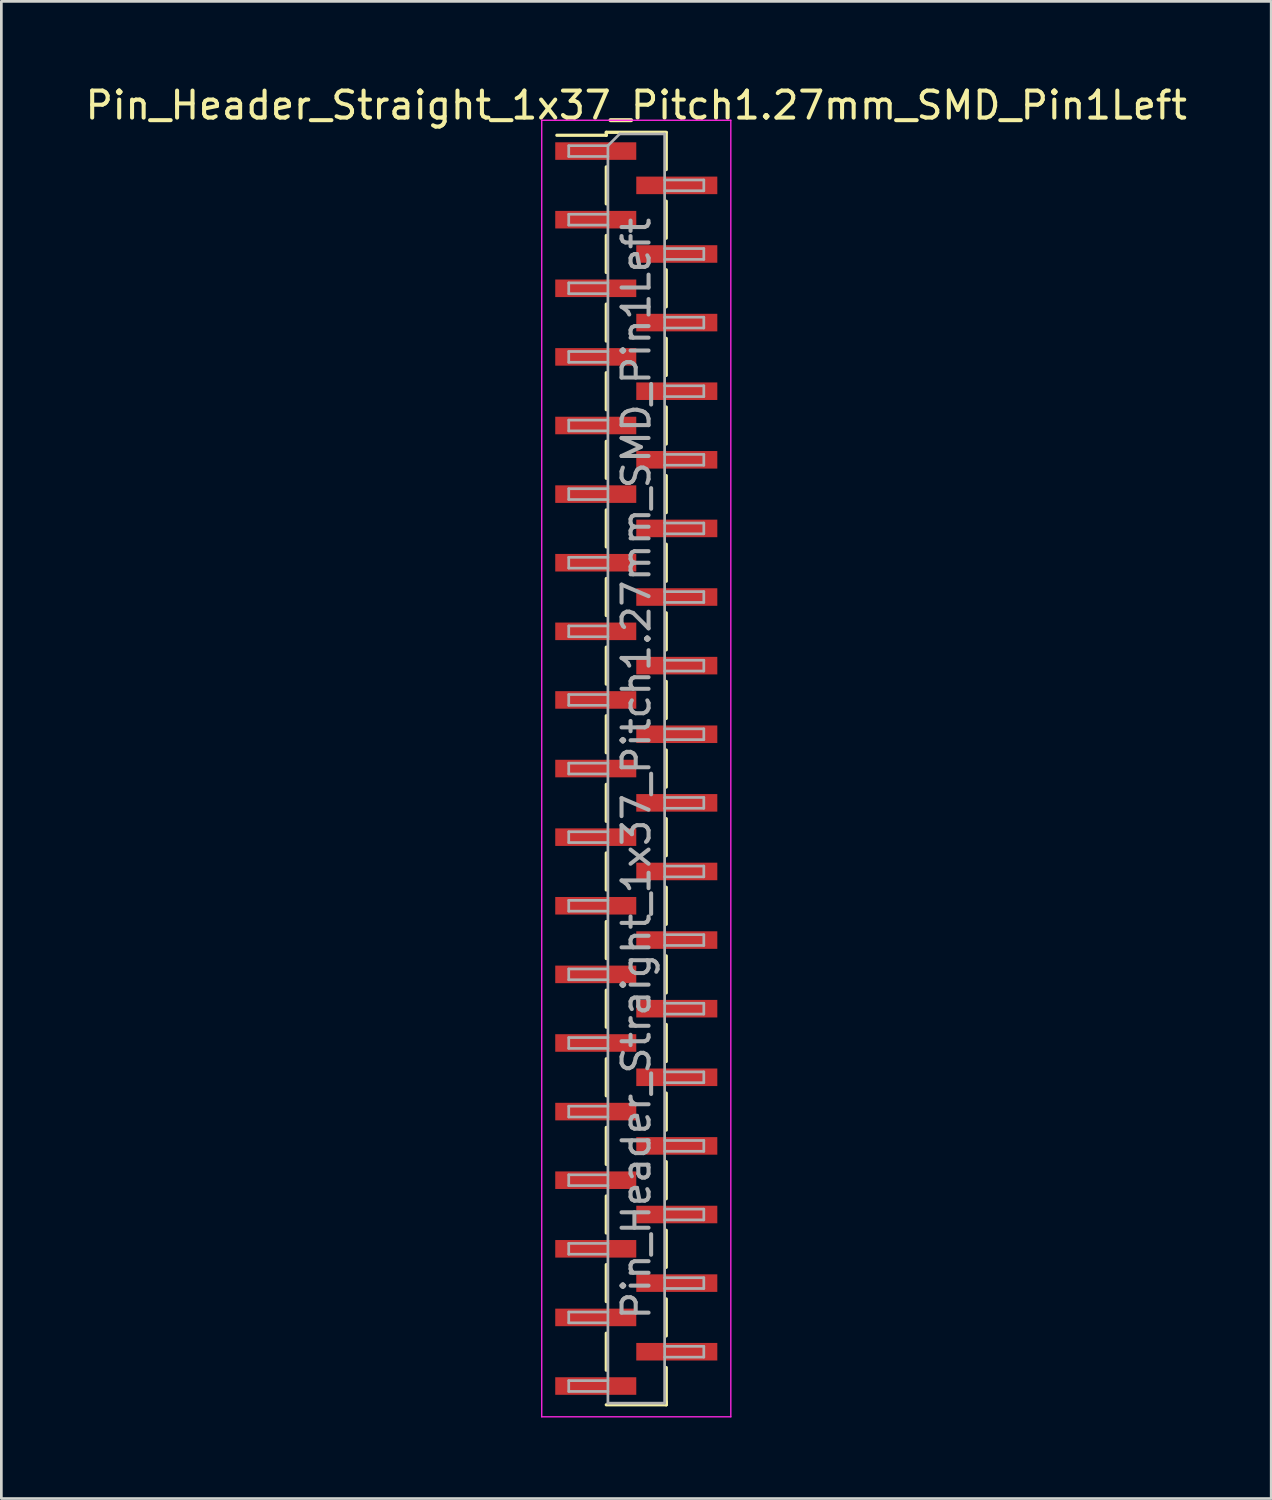
<source format=kicad_pcb>
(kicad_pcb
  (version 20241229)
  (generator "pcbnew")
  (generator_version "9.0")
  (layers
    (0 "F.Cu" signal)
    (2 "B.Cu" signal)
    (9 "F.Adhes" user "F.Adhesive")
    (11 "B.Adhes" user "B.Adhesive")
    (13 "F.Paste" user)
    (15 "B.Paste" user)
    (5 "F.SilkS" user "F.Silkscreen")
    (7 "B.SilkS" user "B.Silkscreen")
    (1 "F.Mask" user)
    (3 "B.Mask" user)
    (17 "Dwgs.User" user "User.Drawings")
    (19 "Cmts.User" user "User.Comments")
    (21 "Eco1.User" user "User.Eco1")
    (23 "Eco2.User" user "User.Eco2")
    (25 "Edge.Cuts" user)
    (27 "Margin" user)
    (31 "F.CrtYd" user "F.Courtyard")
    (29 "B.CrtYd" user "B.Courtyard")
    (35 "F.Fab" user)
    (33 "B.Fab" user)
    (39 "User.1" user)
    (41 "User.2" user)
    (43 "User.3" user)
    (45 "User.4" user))
  (footprint "Pin_Header_Straight_1x37_Pitch1.27mm_SMD_Pin1Left"
    (layer "F.Cu")
    (at 20.506 25.403)
    (property "Reference" "Pin_Header_Straight_1x37_Pitch1.27mm_SMD_Pin1Left" (at 0 -24.555 0) (layer "F.SilkS") (effects (font (size 1 1) (thickness 0.15))))
    (attr smd)
    (fp_line (start -1.11 -23.555) (end -1.11 -23.445) (stroke (width 0.12) (type solid)) (layer "F.SilkS"))
    (fp_line (start -1.11 -23.555) (end 1.11 -23.555) (stroke (width 0.12) (type solid)) (layer "F.SilkS"))
    (fp_line (start -1.11 -23.445) (end -2.94 -23.445) (stroke (width 0.12) (type solid)) (layer "F.SilkS"))
    (fp_line (start -1.11 -22.275) (end -1.11 -20.905) (stroke (width 0.12) (type solid)) (layer "F.SilkS"))
    (fp_line (start -1.11 -19.735) (end -1.11 -18.365) (stroke (width 0.12) (type solid)) (layer "F.SilkS"))
    (fp_line (start -1.11 -17.195) (end -1.11 -15.825) (stroke (width 0.12) (type solid)) (layer "F.SilkS"))
    (fp_line (start -1.11 -14.655) (end -1.11 -13.285) (stroke (width 0.12) (type solid)) (layer "F.SilkS"))
    (fp_line (start -1.11 -12.115) (end -1.11 -10.745) (stroke (width 0.12) (type solid)) (layer "F.SilkS"))
    (fp_line (start -1.11 -9.575) (end -1.11 -8.205) (stroke (width 0.12) (type solid)) (layer "F.SilkS"))
    (fp_line (start -1.11 -7.035) (end -1.11 -5.665) (stroke (width 0.12) (type solid)) (layer "F.SilkS"))
    (fp_line (start -1.11 -4.495) (end -1.11 -3.125) (stroke (width 0.12) (type solid)) (layer "F.SilkS"))
    (fp_line (start -1.11 -1.955) (end -1.11 -0.585) (stroke (width 0.12) (type solid)) (layer "F.SilkS"))
    (fp_line (start -1.11 0.585) (end -1.11 1.955) (stroke (width 0.12) (type solid)) (layer "F.SilkS"))
    (fp_line (start -1.11 3.125) (end -1.11 4.495) (stroke (width 0.12) (type solid)) (layer "F.SilkS"))
    (fp_line (start -1.11 5.665) (end -1.11 7.035) (stroke (width 0.12) (type solid)) (layer "F.SilkS"))
    (fp_line (start -1.11 8.205) (end -1.11 9.575) (stroke (width 0.12) (type solid)) (layer "F.SilkS"))
    (fp_line (start -1.11 10.745) (end -1.11 12.115) (stroke (width 0.12) (type solid)) (layer "F.SilkS"))
    (fp_line (start -1.11 13.285) (end -1.11 14.655) (stroke (width 0.12) (type solid)) (layer "F.SilkS"))
    (fp_line (start -1.11 15.825) (end -1.11 17.195) (stroke (width 0.12) (type solid)) (layer "F.SilkS"))
    (fp_line (start -1.11 18.365) (end -1.11 19.735) (stroke (width 0.12) (type solid)) (layer "F.SilkS"))
    (fp_line (start -1.11 20.905) (end -1.11 22.275) (stroke (width 0.12) (type solid)) (layer "F.SilkS"))
    (fp_line (start -1.11 23.555) (end 1.11 23.555) (stroke (width 0.12) (type solid)) (layer "F.SilkS"))
    (fp_line (start 1.11 -23.545) (end 1.11 -22.175) (stroke (width 0.12) (type solid)) (layer "F.SilkS"))
    (fp_line (start 1.11 -21.005) (end 1.11 -19.635) (stroke (width 0.12) (type solid)) (layer "F.SilkS"))
    (fp_line (start 1.11 -18.465) (end 1.11 -17.095) (stroke (width 0.12) (type solid)) (layer "F.SilkS"))
    (fp_line (start 1.11 -15.925) (end 1.11 -14.555) (stroke (width 0.12) (type solid)) (layer "F.SilkS"))
    (fp_line (start 1.11 -13.385) (end 1.11 -12.015) (stroke (width 0.12) (type solid)) (layer "F.SilkS"))
    (fp_line (start 1.11 -10.845) (end 1.11 -9.475) (stroke (width 0.12) (type solid)) (layer "F.SilkS"))
    (fp_line (start 1.11 -8.305) (end 1.11 -6.935) (stroke (width 0.12) (type solid)) (layer "F.SilkS"))
    (fp_line (start 1.11 -5.765) (end 1.11 -4.395) (stroke (width 0.12) (type solid)) (layer "F.SilkS"))
    (fp_line (start 1.11 -3.225) (end 1.11 -1.855) (stroke (width 0.12) (type solid)) (layer "F.SilkS"))
    (fp_line (start 1.11 -0.685) (end 1.11 0.685) (stroke (width 0.12) (type solid)) (layer "F.SilkS"))
    (fp_line (start 1.11 1.855) (end 1.11 3.225) (stroke (width 0.12) (type solid)) (layer "F.SilkS"))
    (fp_line (start 1.11 4.395) (end 1.11 5.765) (stroke (width 0.12) (type solid)) (layer "F.SilkS"))
    (fp_line (start 1.11 6.935) (end 1.11 8.305) (stroke (width 0.12) (type solid)) (layer "F.SilkS"))
    (fp_line (start 1.11 9.475) (end 1.11 10.845) (stroke (width 0.12) (type solid)) (layer "F.SilkS"))
    (fp_line (start 1.11 12.015) (end 1.11 13.385) (stroke (width 0.12) (type solid)) (layer "F.SilkS"))
    (fp_line (start 1.11 14.555) (end 1.11 15.925) (stroke (width 0.12) (type solid)) (layer "F.SilkS"))
    (fp_line (start 1.11 17.095) (end 1.11 18.465) (stroke (width 0.12) (type solid)) (layer "F.SilkS"))
    (fp_line (start 1.11 19.635) (end 1.11 21.005) (stroke (width 0.12) (type solid)) (layer "F.SilkS"))
    (fp_line (start 1.11 22.175) (end 1.11 23.545) (stroke (width 0.12) (type solid)) (layer "F.SilkS"))
    (fp_line (start 1.11 23.445) (end 1.11 23.555) (stroke (width 0.12) (type solid)) (layer "F.SilkS"))
    (fp_line (start -3.5 -24) (end -3.5 24) (stroke (width 0.05) (type solid)) (layer "F.CrtYd"))
    (fp_line (start -3.5 24) (end 3.5 24) (stroke (width 0.05) (type solid)) (layer "F.CrtYd"))
    (fp_line (start 3.5 -24) (end -3.5 -24) (stroke (width 0.05) (type solid)) (layer "F.CrtYd"))
    (fp_line (start 3.5 24) (end 3.5 -24) (stroke (width 0.05) (type solid)) (layer "F.CrtYd"))
    (fp_line (start -2.5 -23.06) (end -2.5 -22.66) (stroke (width 0.1) (type solid)) (layer "F.Fab"))
    (fp_line (start -2.5 -22.66) (end -1.05 -22.66) (stroke (width 0.1) (type solid)) (layer "F.Fab"))
    (fp_line (start -2.5 -20.52) (end -2.5 -20.12) (stroke (width 0.1) (type solid)) (layer "F.Fab"))
    (fp_line (start -2.5 -20.12) (end -1.05 -20.12) (stroke (width 0.1) (type solid)) (layer "F.Fab"))
    (fp_line (start -2.5 -17.98) (end -2.5 -17.58) (stroke (width 0.1) (type solid)) (layer "F.Fab"))
    (fp_line (start -2.5 -17.58) (end -1.05 -17.58) (stroke (width 0.1) (type solid)) (layer "F.Fab"))
    (fp_line (start -2.5 -15.44) (end -2.5 -15.04) (stroke (width 0.1) (type solid)) (layer "F.Fab"))
    (fp_line (start -2.5 -15.04) (end -1.05 -15.04) (stroke (width 0.1) (type solid)) (layer "F.Fab"))
    (fp_line (start -2.5 -12.9) (end -2.5 -12.5) (stroke (width 0.1) (type solid)) (layer "F.Fab"))
    (fp_line (start -2.5 -12.5) (end -1.05 -12.5) (stroke (width 0.1) (type solid)) (layer "F.Fab"))
    (fp_line (start -2.5 -10.36) (end -2.5 -9.96) (stroke (width 0.1) (type solid)) (layer "F.Fab"))
    (fp_line (start -2.5 -9.96) (end -1.05 -9.96) (stroke (width 0.1) (type solid)) (layer "F.Fab"))
    (fp_line (start -2.5 -7.82) (end -2.5 -7.42) (stroke (width 0.1) (type solid)) (layer "F.Fab"))
    (fp_line (start -2.5 -7.42) (end -1.05 -7.42) (stroke (width 0.1) (type solid)) (layer "F.Fab"))
    (fp_line (start -2.5 -5.28) (end -2.5 -4.88) (stroke (width 0.1) (type solid)) (layer "F.Fab"))
    (fp_line (start -2.5 -4.88) (end -1.05 -4.88) (stroke (width 0.1) (type solid)) (layer "F.Fab"))
    (fp_line (start -2.5 -2.74) (end -2.5 -2.34) (stroke (width 0.1) (type solid)) (layer "F.Fab"))
    (fp_line (start -2.5 -2.34) (end -1.05 -2.34) (stroke (width 0.1) (type solid)) (layer "F.Fab"))
    (fp_line (start -2.5 -0.2) (end -2.5 0.2) (stroke (width 0.1) (type solid)) (layer "F.Fab"))
    (fp_line (start -2.5 0.2) (end -1.05 0.2) (stroke (width 0.1) (type solid)) (layer "F.Fab"))
    (fp_line (start -2.5 2.34) (end -2.5 2.74) (stroke (width 0.1) (type solid)) (layer "F.Fab"))
    (fp_line (start -2.5 2.74) (end -1.05 2.74) (stroke (width 0.1) (type solid)) (layer "F.Fab"))
    (fp_line (start -2.5 4.88) (end -2.5 5.28) (stroke (width 0.1) (type solid)) (layer "F.Fab"))
    (fp_line (start -2.5 5.28) (end -1.05 5.28) (stroke (width 0.1) (type solid)) (layer "F.Fab"))
    (fp_line (start -2.5 7.42) (end -2.5 7.82) (stroke (width 0.1) (type solid)) (layer "F.Fab"))
    (fp_line (start -2.5 7.82) (end -1.05 7.82) (stroke (width 0.1) (type solid)) (layer "F.Fab"))
    (fp_line (start -2.5 9.96) (end -2.5 10.36) (stroke (width 0.1) (type solid)) (layer "F.Fab"))
    (fp_line (start -2.5 10.36) (end -1.05 10.36) (stroke (width 0.1) (type solid)) (layer "F.Fab"))
    (fp_line (start -2.5 12.5) (end -2.5 12.9) (stroke (width 0.1) (type solid)) (layer "F.Fab"))
    (fp_line (start -2.5 12.9) (end -1.05 12.9) (stroke (width 0.1) (type solid)) (layer "F.Fab"))
    (fp_line (start -2.5 15.04) (end -2.5 15.44) (stroke (width 0.1) (type solid)) (layer "F.Fab"))
    (fp_line (start -2.5 15.44) (end -1.05 15.44) (stroke (width 0.1) (type solid)) (layer "F.Fab"))
    (fp_line (start -2.5 17.58) (end -2.5 17.98) (stroke (width 0.1) (type solid)) (layer "F.Fab"))
    (fp_line (start -2.5 17.98) (end -1.05 17.98) (stroke (width 0.1) (type solid)) (layer "F.Fab"))
    (fp_line (start -2.5 20.12) (end -2.5 20.52) (stroke (width 0.1) (type solid)) (layer "F.Fab"))
    (fp_line (start -2.5 20.52) (end -1.05 20.52) (stroke (width 0.1) (type solid)) (layer "F.Fab"))
    (fp_line (start -2.5 22.66) (end -2.5 23.06) (stroke (width 0.1) (type solid)) (layer "F.Fab"))
    (fp_line (start -2.5 23.06) (end -1.05 23.06) (stroke (width 0.1) (type solid)) (layer "F.Fab"))
    (fp_line (start -1.05 -23.06) (end -2.5 -23.06) (stroke (width 0.1) (type solid)) (layer "F.Fab"))
    (fp_line (start -1.05 -23.06) (end -0.615 -23.495) (stroke (width 0.1) (type solid)) (layer "F.Fab"))
    (fp_line (start -1.05 -20.52) (end -2.5 -20.52) (stroke (width 0.1) (type solid)) (layer "F.Fab"))
    (fp_line (start -1.05 -17.98) (end -2.5 -17.98) (stroke (width 0.1) (type solid)) (layer "F.Fab"))
    (fp_line (start -1.05 -15.44) (end -2.5 -15.44) (stroke (width 0.1) (type solid)) (layer "F.Fab"))
    (fp_line (start -1.05 -12.9) (end -2.5 -12.9) (stroke (width 0.1) (type solid)) (layer "F.Fab"))
    (fp_line (start -1.05 -10.36) (end -2.5 -10.36) (stroke (width 0.1) (type solid)) (layer "F.Fab"))
    (fp_line (start -1.05 -7.82) (end -2.5 -7.82) (stroke (width 0.1) (type solid)) (layer "F.Fab"))
    (fp_line (start -1.05 -5.28) (end -2.5 -5.28) (stroke (width 0.1) (type solid)) (layer "F.Fab"))
    (fp_line (start -1.05 -2.74) (end -2.5 -2.74) (stroke (width 0.1) (type solid)) (layer "F.Fab"))
    (fp_line (start -1.05 -0.2) (end -2.5 -0.2) (stroke (width 0.1) (type solid)) (layer "F.Fab"))
    (fp_line (start -1.05 2.34) (end -2.5 2.34) (stroke (width 0.1) (type solid)) (layer "F.Fab"))
    (fp_line (start -1.05 4.88) (end -2.5 4.88) (stroke (width 0.1) (type solid)) (layer "F.Fab"))
    (fp_line (start -1.05 7.42) (end -2.5 7.42) (stroke (width 0.1) (type solid)) (layer "F.Fab"))
    (fp_line (start -1.05 9.96) (end -2.5 9.96) (stroke (width 0.1) (type solid)) (layer "F.Fab"))
    (fp_line (start -1.05 12.5) (end -2.5 12.5) (stroke (width 0.1) (type solid)) (layer "F.Fab"))
    (fp_line (start -1.05 15.04) (end -2.5 15.04) (stroke (width 0.1) (type solid)) (layer "F.Fab"))
    (fp_line (start -1.05 17.58) (end -2.5 17.58) (stroke (width 0.1) (type solid)) (layer "F.Fab"))
    (fp_line (start -1.05 20.12) (end -2.5 20.12) (stroke (width 0.1) (type solid)) (layer "F.Fab"))
    (fp_line (start -1.05 22.66) (end -2.5 22.66) (stroke (width 0.1) (type solid)) (layer "F.Fab"))
    (fp_line (start -1.05 23.495) (end -1.05 -23.06) (stroke (width 0.1) (type solid)) (layer "F.Fab"))
    (fp_line (start -0.615 -23.495) (end 1.05 -23.495) (stroke (width 0.1) (type solid)) (layer "F.Fab"))
    (fp_line (start 1.05 -23.495) (end 1.05 23.495) (stroke (width 0.1) (type solid)) (layer "F.Fab"))
    (fp_line (start 1.05 -21.79) (end 2.5 -21.79) (stroke (width 0.1) (type solid)) (layer "F.Fab"))
    (fp_line (start 1.05 -19.25) (end 2.5 -19.25) (stroke (width 0.1) (type solid)) (layer "F.Fab"))
    (fp_line (start 1.05 -16.71) (end 2.5 -16.71) (stroke (width 0.1) (type solid)) (layer "F.Fab"))
    (fp_line (start 1.05 -14.17) (end 2.5 -14.17) (stroke (width 0.1) (type solid)) (layer "F.Fab"))
    (fp_line (start 1.05 -11.63) (end 2.5 -11.63) (stroke (width 0.1) (type solid)) (layer "F.Fab"))
    (fp_line (start 1.05 -9.09) (end 2.5 -9.09) (stroke (width 0.1) (type solid)) (layer "F.Fab"))
    (fp_line (start 1.05 -6.55) (end 2.5 -6.55) (stroke (width 0.1) (type solid)) (layer "F.Fab"))
    (fp_line (start 1.05 -4.01) (end 2.5 -4.01) (stroke (width 0.1) (type solid)) (layer "F.Fab"))
    (fp_line (start 1.05 -1.47) (end 2.5 -1.47) (stroke (width 0.1) (type solid)) (layer "F.Fab"))
    (fp_line (start 1.05 1.07) (end 2.5 1.07) (stroke (width 0.1) (type solid)) (layer "F.Fab"))
    (fp_line (start 1.05 3.61) (end 2.5 3.61) (stroke (width 0.1) (type solid)) (layer "F.Fab"))
    (fp_line (start 1.05 6.15) (end 2.5 6.15) (stroke (width 0.1) (type solid)) (layer "F.Fab"))
    (fp_line (start 1.05 8.69) (end 2.5 8.69) (stroke (width 0.1) (type solid)) (layer "F.Fab"))
    (fp_line (start 1.05 11.23) (end 2.5 11.23) (stroke (width 0.1) (type solid)) (layer "F.Fab"))
    (fp_line (start 1.05 13.77) (end 2.5 13.77) (stroke (width 0.1) (type solid)) (layer "F.Fab"))
    (fp_line (start 1.05 16.31) (end 2.5 16.31) (stroke (width 0.1) (type solid)) (layer "F.Fab"))
    (fp_line (start 1.05 18.85) (end 2.5 18.85) (stroke (width 0.1) (type solid)) (layer "F.Fab"))
    (fp_line (start 1.05 21.39) (end 2.5 21.39) (stroke (width 0.1) (type solid)) (layer "F.Fab"))
    (fp_line (start 1.05 23.495) (end -1.05 23.495) (stroke (width 0.1) (type solid)) (layer "F.Fab"))
    (fp_line (start 2.5 -21.79) (end 2.5 -21.39) (stroke (width 0.1) (type solid)) (layer "F.Fab"))
    (fp_line (start 2.5 -21.39) (end 1.05 -21.39) (stroke (width 0.1) (type solid)) (layer "F.Fab"))
    (fp_line (start 2.5 -19.25) (end 2.5 -18.85) (stroke (width 0.1) (type solid)) (layer "F.Fab"))
    (fp_line (start 2.5 -18.85) (end 1.05 -18.85) (stroke (width 0.1) (type solid)) (layer "F.Fab"))
    (fp_line (start 2.5 -16.71) (end 2.5 -16.31) (stroke (width 0.1) (type solid)) (layer "F.Fab"))
    (fp_line (start 2.5 -16.31) (end 1.05 -16.31) (stroke (width 0.1) (type solid)) (layer "F.Fab"))
    (fp_line (start 2.5 -14.17) (end 2.5 -13.77) (stroke (width 0.1) (type solid)) (layer "F.Fab"))
    (fp_line (start 2.5 -13.77) (end 1.05 -13.77) (stroke (width 0.1) (type solid)) (layer "F.Fab"))
    (fp_line (start 2.5 -11.63) (end 2.5 -11.23) (stroke (width 0.1) (type solid)) (layer "F.Fab"))
    (fp_line (start 2.5 -11.23) (end 1.05 -11.23) (stroke (width 0.1) (type solid)) (layer "F.Fab"))
    (fp_line (start 2.5 -9.09) (end 2.5 -8.69) (stroke (width 0.1) (type solid)) (layer "F.Fab"))
    (fp_line (start 2.5 -8.69) (end 1.05 -8.69) (stroke (width 0.1) (type solid)) (layer "F.Fab"))
    (fp_line (start 2.5 -6.55) (end 2.5 -6.15) (stroke (width 0.1) (type solid)) (layer "F.Fab"))
    (fp_line (start 2.5 -6.15) (end 1.05 -6.15) (stroke (width 0.1) (type solid)) (layer "F.Fab"))
    (fp_line (start 2.5 -4.01) (end 2.5 -3.61) (stroke (width 0.1) (type solid)) (layer "F.Fab"))
    (fp_line (start 2.5 -3.61) (end 1.05 -3.61) (stroke (width 0.1) (type solid)) (layer "F.Fab"))
    (fp_line (start 2.5 -1.47) (end 2.5 -1.07) (stroke (width 0.1) (type solid)) (layer "F.Fab"))
    (fp_line (start 2.5 -1.07) (end 1.05 -1.07) (stroke (width 0.1) (type solid)) (layer "F.Fab"))
    (fp_line (start 2.5 1.07) (end 2.5 1.47) (stroke (width 0.1) (type solid)) (layer "F.Fab"))
    (fp_line (start 2.5 1.47) (end 1.05 1.47) (stroke (width 0.1) (type solid)) (layer "F.Fab"))
    (fp_line (start 2.5 3.61) (end 2.5 4.01) (stroke (width 0.1) (type solid)) (layer "F.Fab"))
    (fp_line (start 2.5 4.01) (end 1.05 4.01) (stroke (width 0.1) (type solid)) (layer "F.Fab"))
    (fp_line (start 2.5 6.15) (end 2.5 6.55) (stroke (width 0.1) (type solid)) (layer "F.Fab"))
    (fp_line (start 2.5 6.55) (end 1.05 6.55) (stroke (width 0.1) (type solid)) (layer "F.Fab"))
    (fp_line (start 2.5 8.69) (end 2.5 9.09) (stroke (width 0.1) (type solid)) (layer "F.Fab"))
    (fp_line (start 2.5 9.09) (end 1.05 9.09) (stroke (width 0.1) (type solid)) (layer "F.Fab"))
    (fp_line (start 2.5 11.23) (end 2.5 11.63) (stroke (width 0.1) (type solid)) (layer "F.Fab"))
    (fp_line (start 2.5 11.63) (end 1.05 11.63) (stroke (width 0.1) (type solid)) (layer "F.Fab"))
    (fp_line (start 2.5 13.77) (end 2.5 14.17) (stroke (width 0.1) (type solid)) (layer "F.Fab"))
    (fp_line (start 2.5 14.17) (end 1.05 14.17) (stroke (width 0.1) (type solid)) (layer "F.Fab"))
    (fp_line (start 2.5 16.31) (end 2.5 16.71) (stroke (width 0.1) (type solid)) (layer "F.Fab"))
    (fp_line (start 2.5 16.71) (end 1.05 16.71) (stroke (width 0.1) (type solid)) (layer "F.Fab"))
    (fp_line (start 2.5 18.85) (end 2.5 19.25) (stroke (width 0.1) (type solid)) (layer "F.Fab"))
    (fp_line (start 2.5 19.25) (end 1.05 19.25) (stroke (width 0.1) (type solid)) (layer "F.Fab"))
    (fp_line (start 2.5 21.39) (end 2.5 21.79) (stroke (width 0.1) (type solid)) (layer "F.Fab"))
    (fp_line (start 2.5 21.79) (end 1.05 21.79) (stroke (width 0.1) (type solid)) (layer "F.Fab"))
    (fp_text user "${REFERENCE}" (at 0 0 90) (layer "F.Fab") (effects (font (size 1 1) (thickness 0.15))))
    (pad "1" smd rect (at -1.5 -22.86) (size 3 0.65) (layers "F.Cu" "F.Mask" "F.Paste"))
    (pad "2" smd rect (at 1.5 -21.59) (size 3 0.65) (layers "F.Cu" "F.Mask" "F.Paste"))
    (pad "3" smd rect (at -1.5 -20.32) (size 3 0.65) (layers "F.Cu" "F.Mask" "F.Paste"))
    (pad "4" smd rect (at 1.5 -19.05) (size 3 0.65) (layers "F.Cu" "F.Mask" "F.Paste"))
    (pad "5" smd rect (at -1.5 -17.78) (size 3 0.65) (layers "F.Cu" "F.Mask" "F.Paste"))
    (pad "6" smd rect (at 1.5 -16.51) (size 3 0.65) (layers "F.Cu" "F.Mask" "F.Paste"))
    (pad "7" smd rect (at -1.5 -15.24) (size 3 0.65) (layers "F.Cu" "F.Mask" "F.Paste"))
    (pad "8" smd rect (at 1.5 -13.97) (size 3 0.65) (layers "F.Cu" "F.Mask" "F.Paste"))
    (pad "9" smd rect (at -1.5 -12.7) (size 3 0.65) (layers "F.Cu" "F.Mask" "F.Paste"))
    (pad "10" smd rect (at 1.5 -11.43) (size 3 0.65) (layers "F.Cu" "F.Mask" "F.Paste"))
    (pad "11" smd rect (at -1.5 -10.16) (size 3 0.65) (layers "F.Cu" "F.Mask" "F.Paste"))
    (pad "12" smd rect (at 1.5 -8.89) (size 3 0.65) (layers "F.Cu" "F.Mask" "F.Paste"))
    (pad "13" smd rect (at -1.5 -7.62) (size 3 0.65) (layers "F.Cu" "F.Mask" "F.Paste"))
    (pad "14" smd rect (at 1.5 -6.35) (size 3 0.65) (layers "F.Cu" "F.Mask" "F.Paste"))
    (pad "15" smd rect (at -1.5 -5.08) (size 3 0.65) (layers "F.Cu" "F.Mask" "F.Paste"))
    (pad "16" smd rect (at 1.5 -3.81) (size 3 0.65) (layers "F.Cu" "F.Mask" "F.Paste"))
    (pad "17" smd rect (at -1.5 -2.54) (size 3 0.65) (layers "F.Cu" "F.Mask" "F.Paste"))
    (pad "18" smd rect (at 1.5 -1.27) (size 3 0.65) (layers "F.Cu" "F.Mask" "F.Paste"))
    (pad "19" smd rect (at -1.5 0) (size 3 0.65) (layers "F.Cu" "F.Mask" "F.Paste"))
    (pad "20" smd rect (at 1.5 1.27) (size 3 0.65) (layers "F.Cu" "F.Mask" "F.Paste"))
    (pad "21" smd rect (at -1.5 2.54) (size 3 0.65) (layers "F.Cu" "F.Mask" "F.Paste"))
    (pad "22" smd rect (at 1.5 3.81) (size 3 0.65) (layers "F.Cu" "F.Mask" "F.Paste"))
    (pad "23" smd rect (at -1.5 5.08) (size 3 0.65) (layers "F.Cu" "F.Mask" "F.Paste"))
    (pad "24" smd rect (at 1.5 6.35) (size 3 0.65) (layers "F.Cu" "F.Mask" "F.Paste"))
    (pad "25" smd rect (at -1.5 7.62) (size 3 0.65) (layers "F.Cu" "F.Mask" "F.Paste"))
    (pad "26" smd rect (at 1.5 8.89) (size 3 0.65) (layers "F.Cu" "F.Mask" "F.Paste"))
    (pad "27" smd rect (at -1.5 10.16) (size 3 0.65) (layers "F.Cu" "F.Mask" "F.Paste"))
    (pad "28" smd rect (at 1.5 11.43) (size 3 0.65) (layers "F.Cu" "F.Mask" "F.Paste"))
    (pad "29" smd rect (at -1.5 12.7) (size 3 0.65) (layers "F.Cu" "F.Mask" "F.Paste"))
    (pad "30" smd rect (at 1.5 13.97) (size 3 0.65) (layers "F.Cu" "F.Mask" "F.Paste"))
    (pad "31" smd rect (at -1.5 15.24) (size 3 0.65) (layers "F.Cu" "F.Mask" "F.Paste"))
    (pad "32" smd rect (at 1.5 16.51) (size 3 0.65) (layers "F.Cu" "F.Mask" "F.Paste"))
    (pad "33" smd rect (at -1.5 17.78) (size 3 0.65) (layers "F.Cu" "F.Mask" "F.Paste"))
    (pad "34" smd rect (at 1.5 19.05) (size 3 0.65) (layers "F.Cu" "F.Mask" "F.Paste"))
    (pad "35" smd rect (at -1.5 20.32) (size 3 0.65) (layers "F.Cu" "F.Mask" "F.Paste"))
    (pad "36" smd rect (at 1.5 21.59) (size 3 0.65) (layers "F.Cu" "F.Mask" "F.Paste"))
    (pad "37" smd rect (at -1.5 22.86) (size 3 0.65) (layers "F.Cu" "F.Mask" "F.Paste")))
  (gr_rect
    (start -3 -3)
    (end 44.012 52.428)
    (stroke (width 0.1) (type default))
    (fill no)
    (layer "Edge.Cuts")))
</source>
